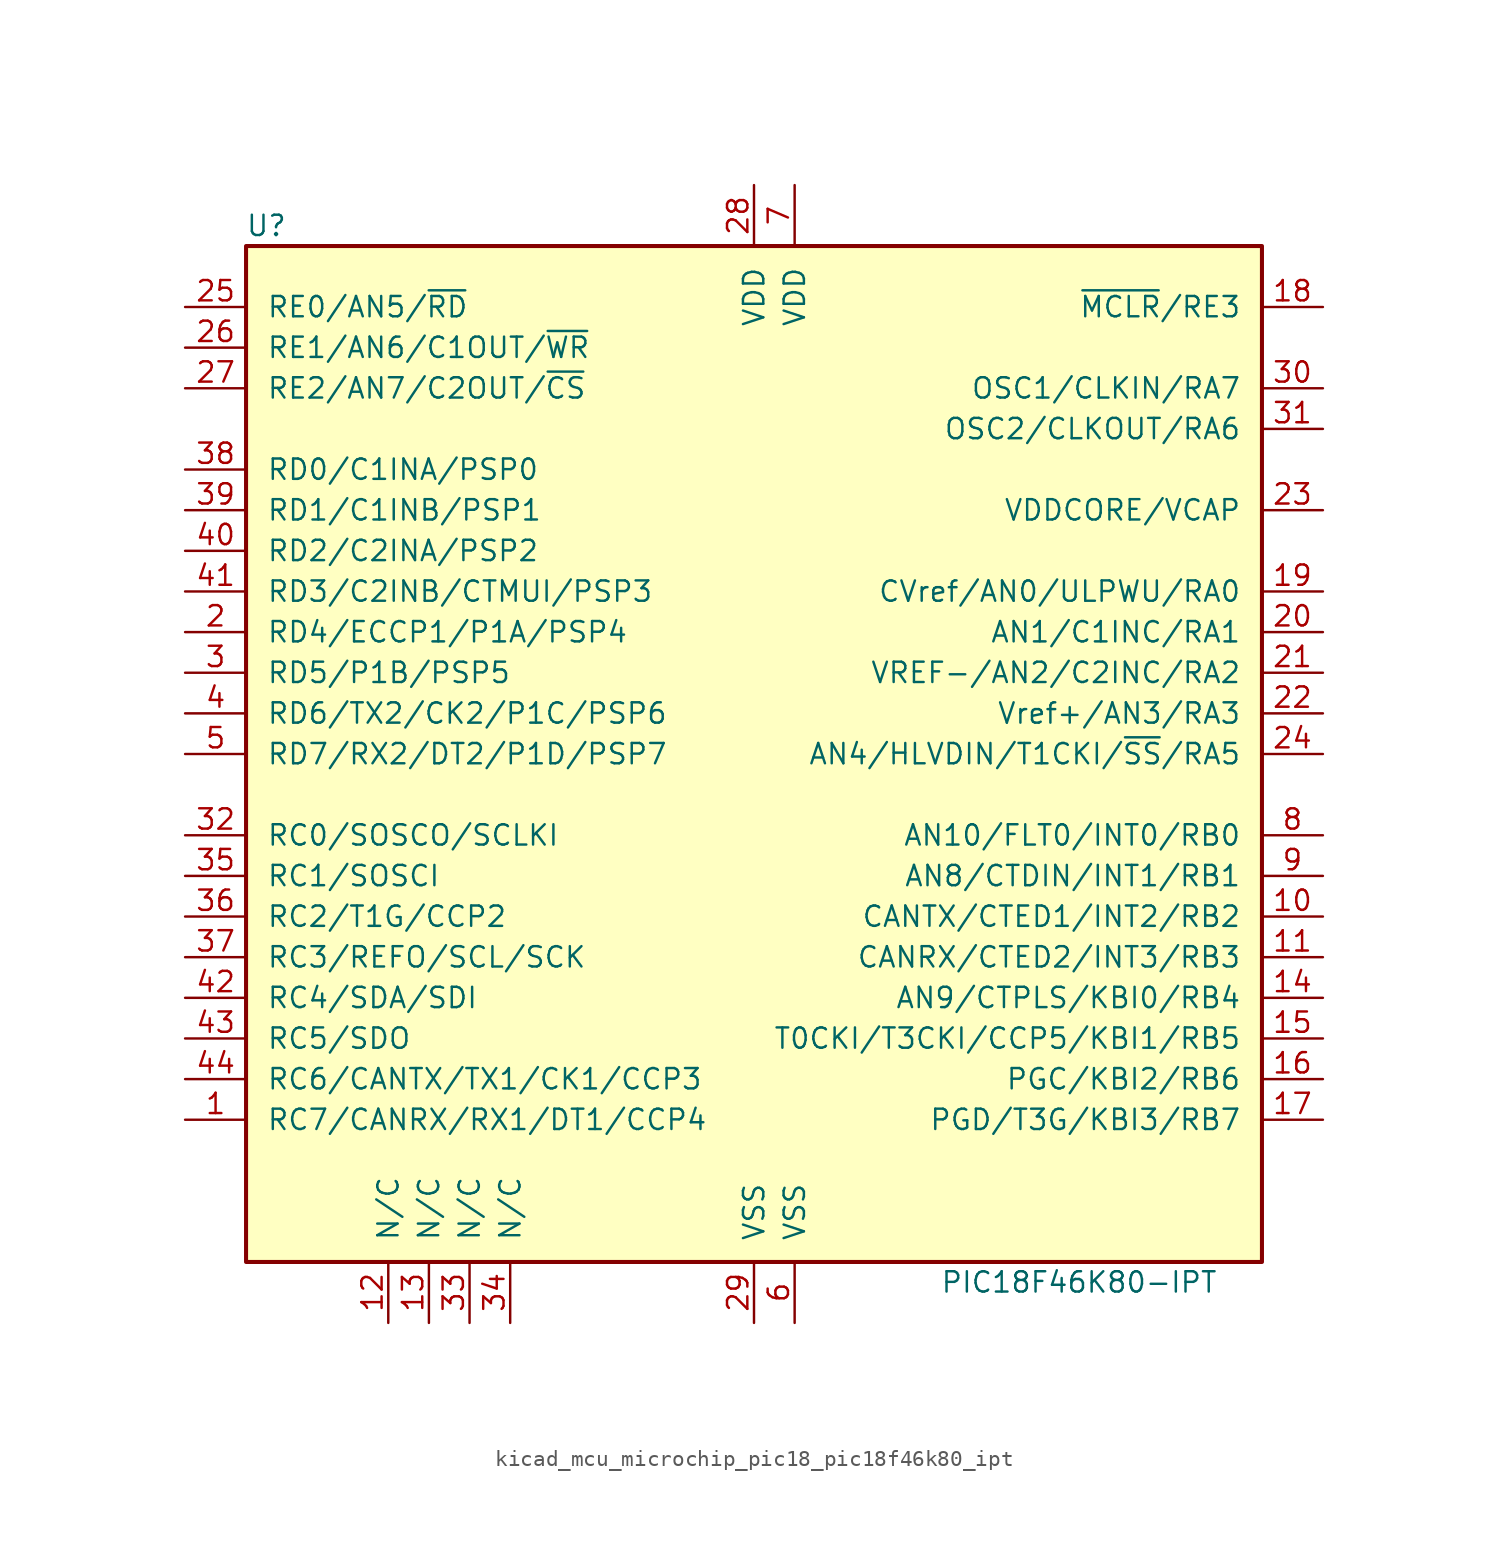
<source format=kicad_sym>
(kicad_symbol_lib
  (version 20220914)
  (generator kicad_symbol_editor)
  (symbol "kicad_mcu_microchip_pic18_pic18f46k80_ipt"
    (pin_names
      (offset 1.27))
    (property "Reference" "U"
      (at -30.48 33.02 0)
      (effects (font (size 1.27 1.27))))
    (property "Value" "PIC18F46K80-IPT"
      (at 20.32 -33.02 0)
      (effects (font (size 1.27 1.27))))
    (symbol "kicad_mcu_microchip_pic18_pic18f46k80_ipt_0_1"
      (rectangle (start -31.75 31.75) (end 31.75 -31.75) (stroke (width 0.254) (type default)) (fill (type background))))
    (symbol "kicad_mcu_microchip_pic18_pic18f46k80_ipt_1_1"
      (pin bidirectional line (at -35.56 -22.86 0) (length 3.81) (name "RC7/CANRX/RX1/DT1/CCP4" (effects (font (size 1.27 1.27)))) (number "1" (effects (font (size 1.27 1.27)))))
      (pin bidirectional line (at 35.56 -10.16 180) (length 3.81) (name "CANTX/CTED1/INT2/RB2" (effects (font (size 1.27 1.27)))) (number "10" (effects (font (size 1.27 1.27)))))
      (pin bidirectional line (at 35.56 -12.7 180) (length 3.81) (name "CANRX/CTED2/INT3/RB3" (effects (font (size 1.27 1.27)))) (number "11" (effects (font (size 1.27 1.27)))))
      (pin bidirectional line (at -22.86 -35.56 90) (length 3.81) (name "N/C" (effects (font (size 1.27 1.27)))) (number "12" (effects (font (size 1.27 1.27)))))
      (pin bidirectional line (at -20.32 -35.56 90) (length 3.81) (name "N/C" (effects (font (size 1.27 1.27)))) (number "13" (effects (font (size 1.27 1.27)))))
      (pin bidirectional line (at 35.56 -15.24 180) (length 3.81) (name "AN9/CTPLS/KBI0/RB4" (effects (font (size 1.27 1.27)))) (number "14" (effects (font (size 1.27 1.27)))))
      (pin bidirectional line (at 35.56 -17.78 180) (length 3.81) (name "T0CKI/T3CKI/CCP5/KBI1/RB5" (effects (font (size 1.27 1.27)))) (number "15" (effects (font (size 1.27 1.27)))))
      (pin bidirectional line (at 35.56 -20.32 180) (length 3.81) (name "PGC/KBI2/RB6" (effects (font (size 1.27 1.27)))) (number "16" (effects (font (size 1.27 1.27)))))
      (pin bidirectional line (at 35.56 -22.86 180) (length 3.81) (name "PGD/T3G/KBI3/RB7" (effects (font (size 1.27 1.27)))) (number "17" (effects (font (size 1.27 1.27)))))
      (pin input line (at 35.56 27.94 180) (length 3.81) (name "~{MCLR}/RE3" (effects (font (size 1.27 1.27)))) (number "18" (effects (font (size 1.27 1.27)))))
      (pin bidirectional line (at 35.56 10.16 180) (length 3.81) (name "CVref/AN0/ULPWU/RA0" (effects (font (size 1.27 1.27)))) (number "19" (effects (font (size 1.27 1.27)))))
      (pin bidirectional line (at -35.56 7.62 0) (length 3.81) (name "RD4/ECCP1/P1A/PSP4" (effects (font (size 1.27 1.27)))) (number "2" (effects (font (size 1.27 1.27)))))
      (pin bidirectional line (at 35.56 7.62 180) (length 3.81) (name "AN1/C1INC/RA1" (effects (font (size 1.27 1.27)))) (number "20" (effects (font (size 1.27 1.27)))))
      (pin bidirectional line (at 35.56 5.08 180) (length 3.81) (name "VREF-/AN2/C2INC/RA2" (effects (font (size 1.27 1.27)))) (number "21" (effects (font (size 1.27 1.27)))))
      (pin bidirectional line (at 35.56 2.54 180) (length 3.81) (name "Vref+/AN3/RA3" (effects (font (size 1.27 1.27)))) (number "22" (effects (font (size 1.27 1.27)))))
      (pin passive line (at 35.56 15.24 180) (length 3.81) (name "VDDCORE/VCAP" (effects (font (size 1.27 1.27)))) (number "23" (effects (font (size 1.27 1.27)))))
      (pin bidirectional line (at 35.56 0 180) (length 3.81) (name "AN4/HLVDIN/T1CKI/~{SS}/RA5" (effects (font (size 1.27 1.27)))) (number "24" (effects (font (size 1.27 1.27)))))
      (pin bidirectional line (at -35.56 27.94 0) (length 3.81) (name "RE0/AN5/~{RD}" (effects (font (size 1.27 1.27)))) (number "25" (effects (font (size 1.27 1.27)))))
      (pin bidirectional line (at -35.56 25.4 0) (length 3.81) (name "RE1/AN6/C1OUT/~{WR}" (effects (font (size 1.27 1.27)))) (number "26" (effects (font (size 1.27 1.27)))))
      (pin power_in line (at -35.56 22.86 0) (length 3.81) (name "RE2/AN7/C2OUT/~{CS}" (effects (font (size 1.27 1.27)))) (number "27" (effects (font (size 1.27 1.27)))))
      (pin power_in line (at 0 35.56 270) (length 3.81) (name "VDD" (effects (font (size 1.27 1.27)))) (number "28" (effects (font (size 1.27 1.27)))))
      (pin power_in line (at 0 -35.56 90) (length 3.81) (name "VSS" (effects (font (size 1.27 1.27)))) (number "29" (effects (font (size 1.27 1.27)))))
      (pin bidirectional line (at -35.56 5.08 0) (length 3.81) (name "RD5/P1B/PSP5" (effects (font (size 1.27 1.27)))) (number "3" (effects (font (size 1.27 1.27)))))
      (pin input line (at 35.56 22.86 180) (length 3.81) (name "OSC1/CLKIN/RA7" (effects (font (size 1.27 1.27)))) (number "30" (effects (font (size 1.27 1.27)))))
      (pin output line (at 35.56 20.32 180) (length 3.81) (name "OSC2/CLKOUT/RA6" (effects (font (size 1.27 1.27)))) (number "31" (effects (font (size 1.27 1.27)))))
      (pin bidirectional line (at -35.56 -5.08 0) (length 3.81) (name "RC0/SOSCO/SCLKI" (effects (font (size 1.27 1.27)))) (number "32" (effects (font (size 1.27 1.27)))))
      (pin bidirectional line (at -17.78 -35.56 90) (length 3.81) (name "N/C" (effects (font (size 1.27 1.27)))) (number "33" (effects (font (size 1.27 1.27)))))
      (pin bidirectional line (at -15.24 -35.56 90) (length 3.81) (name "N/C" (effects (font (size 1.27 1.27)))) (number "34" (effects (font (size 1.27 1.27)))))
      (pin bidirectional line (at -35.56 -7.62 0) (length 3.81) (name "RC1/SOSCI" (effects (font (size 1.27 1.27)))) (number "35" (effects (font (size 1.27 1.27)))))
      (pin bidirectional line (at -35.56 -10.16 0) (length 3.81) (name "RC2/T1G/CCP2" (effects (font (size 1.27 1.27)))) (number "36" (effects (font (size 1.27 1.27)))))
      (pin bidirectional line (at -35.56 -12.7 0) (length 3.81) (name "RC3/REFO/SCL/SCK" (effects (font (size 1.27 1.27)))) (number "37" (effects (font (size 1.27 1.27)))))
      (pin bidirectional line (at -35.56 17.78 0) (length 3.81) (name "RD0/C1INA/PSP0" (effects (font (size 1.27 1.27)))) (number "38" (effects (font (size 1.27 1.27)))))
      (pin bidirectional line (at -35.56 15.24 0) (length 3.81) (name "RD1/C1INB/PSP1" (effects (font (size 1.27 1.27)))) (number "39" (effects (font (size 1.27 1.27)))))
      (pin bidirectional line (at -35.56 2.54 0) (length 3.81) (name "RD6/TX2/CK2/P1C/PSP6" (effects (font (size 1.27 1.27)))) (number "4" (effects (font (size 1.27 1.27)))))
      (pin bidirectional line (at -35.56 12.7 0) (length 3.81) (name "RD2/C2INA/PSP2" (effects (font (size 1.27 1.27)))) (number "40" (effects (font (size 1.27 1.27)))))
      (pin bidirectional line (at -35.56 10.16 0) (length 3.81) (name "RD3/C2INB/CTMUI/PSP3" (effects (font (size 1.27 1.27)))) (number "41" (effects (font (size 1.27 1.27)))))
      (pin bidirectional line (at -35.56 -15.24 0) (length 3.81) (name "RC4/SDA/SDI" (effects (font (size 1.27 1.27)))) (number "42" (effects (font (size 1.27 1.27)))))
      (pin bidirectional line (at -35.56 -17.78 0) (length 3.81) (name "RC5/SDO" (effects (font (size 1.27 1.27)))) (number "43" (effects (font (size 1.27 1.27)))))
      (pin bidirectional line (at -35.56 -20.32 0) (length 3.81) (name "RC6/CANTX/TX1/CK1/CCP3" (effects (font (size 1.27 1.27)))) (number "44" (effects (font (size 1.27 1.27)))))
      (pin bidirectional line (at -35.56 0 0) (length 3.81) (name "RD7/RX2/DT2/P1D/PSP7" (effects (font (size 1.27 1.27)))) (number "5" (effects (font (size 1.27 1.27)))))
      (pin power_in line (at 2.54 -35.56 90) (length 3.81) (name "VSS" (effects (font (size 1.27 1.27)))) (number "6" (effects (font (size 1.27 1.27)))))
      (pin power_in line (at 2.54 35.56 270) (length 3.81) (name "VDD" (effects (font (size 1.27 1.27)))) (number "7" (effects (font (size 1.27 1.27)))))
      (pin bidirectional line (at 35.56 -5.08 180) (length 3.81) (name "AN10/FLT0/INT0/RB0" (effects (font (size 1.27 1.27)))) (number "8" (effects (font (size 1.27 1.27)))))
      (pin bidirectional line (at 35.56 -7.62 180) (length 3.81) (name "AN8/CTDIN/INT1/RB1" (effects (font (size 1.27 1.27)))) (number "9" (effects (font (size 1.27 1.27))))))))
</source>
